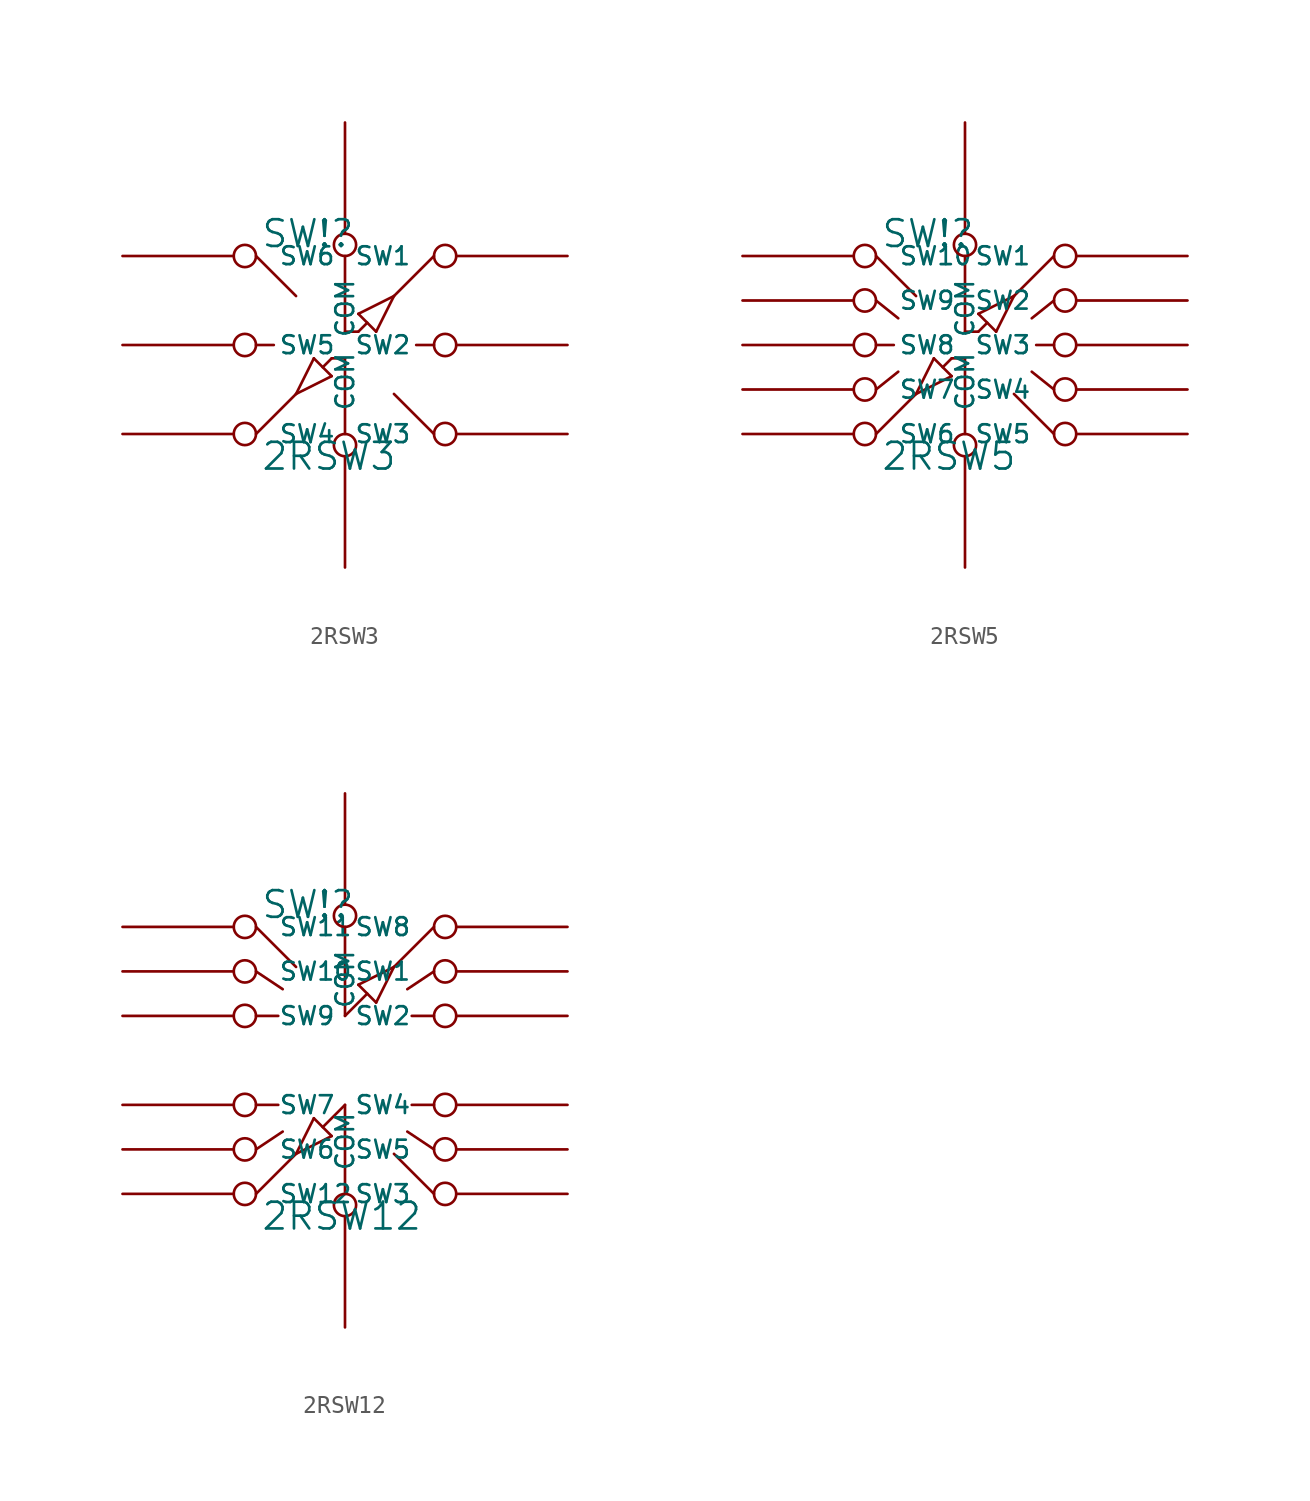
<source format=kicad_sym>
(kicad_symbol_lib
  (version 20231120)
  (generator "kicad_symbol_editor")
  (generator_version "8.0")
  (symbol "2RSW3"
    (pin_names
      (offset 1.27))
    (property "Reference" "SW!"
      (at 0.254 0.381 0)
      (effects (font (size 1.524 1.524)) (justify left bottom)))
    (property "Value" "2RSW3"
      (at 0.254 -10.541 0)
      (effects (font (size 1.524 1.524)) (justify left top)))
    (symbol "2RSW3_0_1"
      (polyline (pts (xy 0 -10.16) (xy 2.286 -7.874)) (stroke (width 0) (type solid)) (fill (type none)))
      (polyline (pts (xy 0 -5.08) (xy 1.016 -5.08)) (stroke (width 0) (type solid)) (fill (type none)))
      (polyline (pts (xy 0 0) (xy 2.286 -2.286)) (stroke (width 0) (type solid)) (fill (type none)))
      (polyline (pts (xy 2.286 -7.874) (xy 3.302 -5.842)) (stroke (width 0) (type solid)) (fill (type none)))
      (polyline (pts (xy 3.302 -5.842) (xy 4.318 -6.858)) (stroke (width 0) (type solid)) (fill (type none)))
      (polyline (pts (xy 4.318 -6.858) (xy 2.286 -7.874)) (stroke (width 0) (type solid)) (fill (type none)))
      (polyline (pts (xy 4.318 -5.842) (xy 3.81 -6.35)) (stroke (width 0) (type solid)) (fill (type none)))
      (polyline (pts (xy 5.08 -10.16) (xy 5.08 -5.842)) (stroke (width 0) (type solid)) (fill (type none)))
      (polyline (pts (xy 5.08 -5.842) (xy 4.318 -5.842)) (stroke (width 0) (type solid)) (fill (type none)))
      (polyline (pts (xy 5.08 -4.318) (xy 5.08 0)) (stroke (width 0) (type solid)) (fill (type none)))
      (polyline (pts (xy 5.842 -4.318) (xy 5.08 -4.318)) (stroke (width 0) (type solid)) (fill (type none)))
      (polyline (pts (xy 5.842 -3.302) (xy 6.858 -4.318)) (stroke (width 0) (type solid)) (fill (type none)))
      (polyline (pts (xy 6.35 -3.81) (xy 5.842 -4.318)) (stroke (width 0) (type solid)) (fill (type none)))
      (polyline (pts (xy 6.858 -4.318) (xy 7.874 -2.286)) (stroke (width 0) (type solid)) (fill (type none)))
      (polyline (pts (xy 7.874 -2.286) (xy 5.842 -3.302)) (stroke (width 0) (type solid)) (fill (type none)))
      (polyline (pts (xy 10.16 -10.16) (xy 7.874 -7.874)) (stroke (width 0) (type solid)) (fill (type none)))
      (polyline (pts (xy 10.16 -5.08) (xy 9.144 -5.08)) (stroke (width 0) (type solid)) (fill (type none)))
      (polyline (pts (xy 10.16 0) (xy 7.874 -2.286)) (stroke (width 0) (type solid)) (fill (type none))))
    (symbol "2RSW3_1_1"
      (pin passive inverted (at 5.08 -17.78 90) (length 7.62) (name "COM" (effects (font (size 1.016 1.016)))) (number "~" (effects (font (size 1.27 1.27)))))
      (pin passive inverted (at 5.08 7.62 270) (length 7.62) (name "COM" (effects (font (size 1.016 1.016)))) (number "~" (effects (font (size 1.27 1.27)))))
      (pin passive inverted (at 17.78 0 180) (length 7.62) (name "SW1" (effects (font (size 1.016 1.016)))) (number "~" (effects (font (size 1.27 1.27)))))
      (pin passive inverted (at 17.78 -5.08 180) (length 7.62) (name "SW2" (effects (font (size 1.016 1.016)))) (number "~" (effects (font (size 1.27 1.27)))))
      (pin passive inverted (at 17.78 -10.16 180) (length 7.62) (name "SW3" (effects (font (size 1.016 1.016)))) (number "~" (effects (font (size 1.27 1.27)))))
      (pin passive inverted (at -7.62 -10.16 0) (length 7.62) (name "SW4" (effects (font (size 1.016 1.016)))) (number "~" (effects (font (size 1.27 1.27)))))
      (pin passive inverted (at -7.62 -5.08 0) (length 7.62) (name "SW5" (effects (font (size 1.016 1.016)))) (number "~" (effects (font (size 1.27 1.27)))))
      (pin passive inverted (at -7.62 0 0) (length 7.62) (name "SW6" (effects (font (size 1.016 1.016)))) (number "~" (effects (font (size 1.27 1.27)))))))
  (symbol "2RSW5"
    (pin_names
      (offset 1.27))
    (property "Reference" "SW!"
      (at 0.254 0.381 0)
      (effects (font (size 1.524 1.524)) (justify left bottom)))
    (property "Value" "2RSW5"
      (at 0.254 -10.541 0)
      (effects (font (size 1.524 1.524)) (justify left top)))
    (symbol "2RSW5_0_1"
      (polyline (pts (xy 0 -10.16) (xy 2.286 -7.874)) (stroke (width 0) (type solid)) (fill (type none)))
      (polyline (pts (xy 0 -7.62) (xy 1.27 -6.604)) (stroke (width 0) (type solid)) (fill (type none)))
      (polyline (pts (xy 0 -5.08) (xy 1.016 -5.08)) (stroke (width 0) (type solid)) (fill (type none)))
      (polyline (pts (xy 0 -2.54) (xy 1.27 -3.556)) (stroke (width 0) (type solid)) (fill (type none)))
      (polyline (pts (xy 0 0) (xy 2.286 -2.286)) (stroke (width 0) (type solid)) (fill (type none)))
      (polyline (pts (xy 2.286 -7.874) (xy 3.302 -5.842)) (stroke (width 0) (type solid)) (fill (type none)))
      (polyline (pts (xy 3.302 -5.842) (xy 4.318 -6.858)) (stroke (width 0) (type solid)) (fill (type none)))
      (polyline (pts (xy 4.318 -6.858) (xy 2.286 -7.874)) (stroke (width 0) (type solid)) (fill (type none)))
      (polyline (pts (xy 4.318 -5.842) (xy 3.81 -6.35)) (stroke (width 0) (type solid)) (fill (type none)))
      (polyline (pts (xy 5.08 -10.16) (xy 5.08 -5.842)) (stroke (width 0) (type solid)) (fill (type none)))
      (polyline (pts (xy 5.08 -5.842) (xy 4.318 -5.842)) (stroke (width 0) (type solid)) (fill (type none)))
      (polyline (pts (xy 5.08 -4.318) (xy 5.842 -4.318)) (stroke (width 0) (type solid)) (fill (type none)))
      (polyline (pts (xy 5.08 0) (xy 5.08 -4.318)) (stroke (width 0) (type solid)) (fill (type none)))
      (polyline (pts (xy 5.842 -4.318) (xy 6.35 -3.81)) (stroke (width 0) (type solid)) (fill (type none)))
      (polyline (pts (xy 5.842 -3.302) (xy 6.858 -4.318)) (stroke (width 0) (type solid)) (fill (type none)))
      (polyline (pts (xy 6.858 -4.318) (xy 7.874 -2.286)) (stroke (width 0) (type solid)) (fill (type none)))
      (polyline (pts (xy 7.874 -2.286) (xy 5.842 -3.302)) (stroke (width 0) (type solid)) (fill (type none)))
      (polyline (pts (xy 10.16 -10.16) (xy 7.874 -7.874)) (stroke (width 0) (type solid)) (fill (type none)))
      (polyline (pts (xy 10.16 -7.62) (xy 8.89 -6.604)) (stroke (width 0) (type solid)) (fill (type none)))
      (polyline (pts (xy 10.16 -5.08) (xy 9.144 -5.08)) (stroke (width 0) (type solid)) (fill (type none)))
      (polyline (pts (xy 10.16 -2.54) (xy 8.89 -3.556)) (stroke (width 0) (type solid)) (fill (type none)))
      (polyline (pts (xy 10.16 0) (xy 7.874 -2.286)) (stroke (width 0) (type solid)) (fill (type none))))
    (symbol "2RSW5_1_1"
      (pin passive inverted (at 5.08 -17.78 90) (length 7.62) (name "COM" (effects (font (size 1.016 1.016)))) (number "~" (effects (font (size 1.27 1.27)))))
      (pin passive inverted (at 5.08 7.62 270) (length 7.62) (name "COM" (effects (font (size 1.016 1.016)))) (number "~" (effects (font (size 1.27 1.27)))))
      (pin passive inverted (at 17.78 0 180) (length 7.62) (name "SW1" (effects (font (size 1.016 1.016)))) (number "~" (effects (font (size 1.27 1.27)))))
      (pin passive inverted (at -7.62 0 0) (length 7.62) (name "SW10" (effects (font (size 1.016 1.016)))) (number "~" (effects (font (size 1.27 1.27)))))
      (pin passive inverted (at 17.78 -2.54 180) (length 7.62) (name "SW2" (effects (font (size 1.016 1.016)))) (number "~" (effects (font (size 1.27 1.27)))))
      (pin passive inverted (at 17.78 -5.08 180) (length 7.62) (name "SW3" (effects (font (size 1.016 1.016)))) (number "~" (effects (font (size 1.27 1.27)))))
      (pin passive inverted (at 17.78 -7.62 180) (length 7.62) (name "SW4" (effects (font (size 1.016 1.016)))) (number "~" (effects (font (size 1.27 1.27)))))
      (pin passive inverted (at 17.78 -10.16 180) (length 7.62) (name "SW5" (effects (font (size 1.016 1.016)))) (number "~" (effects (font (size 1.27 1.27)))))
      (pin passive inverted (at -7.62 -10.16 0) (length 7.62) (name "SW6" (effects (font (size 1.016 1.016)))) (number "~" (effects (font (size 1.27 1.27)))))
      (pin passive inverted (at -7.62 -7.62 0) (length 7.62) (name "SW7" (effects (font (size 1.016 1.016)))) (number "~" (effects (font (size 1.27 1.27)))))
      (pin passive inverted (at -7.62 -5.08 0) (length 7.62) (name "SW8" (effects (font (size 1.016 1.016)))) (number "~" (effects (font (size 1.27 1.27)))))
      (pin passive inverted (at -7.62 -2.54 0) (length 7.62) (name "SW9" (effects (font (size 1.016 1.016)))) (number "~" (effects (font (size 1.27 1.27)))))))
  (symbol "2RSW12"
    (pin_names
      (offset 1.27))
    (property "Reference" "SW!"
      (at 0.254 0.381 0)
      (effects (font (size 1.524 1.524)) (justify left bottom)))
    (property "Value" "2RSW12"
      (at 0.254 -15.621 0)
      (effects (font (size 1.524 1.524)) (justify left top)))
    (symbol "2RSW12_0_1"
      (polyline (pts (xy 0 -15.24) (xy 2.286 -12.954)) (stroke (width 0) (type solid)) (fill (type none)))
      (polyline (pts (xy 0 -12.7) (xy 1.524 -11.684)) (stroke (width 0) (type solid)) (fill (type none)))
      (polyline (pts (xy 0 -10.16) (xy 1.27 -10.16)) (stroke (width 0) (type solid)) (fill (type none)))
      (polyline (pts (xy 0 -5.08) (xy 1.27 -5.08)) (stroke (width 0) (type solid)) (fill (type none)))
      (polyline (pts (xy 0 -2.54) (xy 1.524 -3.556)) (stroke (width 0) (type solid)) (fill (type none)))
      (polyline (pts (xy 0 0) (xy 2.286 -2.286)) (stroke (width 0) (type solid)) (fill (type none)))
      (polyline (pts (xy 2.286 -12.954) (xy 3.302 -10.922)) (stroke (width 0) (type solid)) (fill (type none)))
      (polyline (pts (xy 3.302 -10.922) (xy 4.318 -11.938)) (stroke (width 0) (type solid)) (fill (type none)))
      (polyline (pts (xy 3.81 -11.43) (xy 5.08 -10.16)) (stroke (width 0) (type solid)) (fill (type none)))
      (polyline (pts (xy 4.318 -11.938) (xy 2.286 -12.954)) (stroke (width 0) (type solid)) (fill (type none)))
      (polyline (pts (xy 5.08 -15.24) (xy 5.08 -10.16)) (stroke (width 0) (type solid)) (fill (type none)))
      (polyline (pts (xy 5.08 0) (xy 5.08 -5.08)) (stroke (width 0) (type solid)) (fill (type none)))
      (polyline (pts (xy 5.842 -3.302) (xy 6.858 -4.318)) (stroke (width 0) (type solid)) (fill (type none)))
      (polyline (pts (xy 6.35 -3.81) (xy 5.08 -5.08)) (stroke (width 0) (type solid)) (fill (type none)))
      (polyline (pts (xy 6.858 -4.318) (xy 7.874 -2.286)) (stroke (width 0) (type solid)) (fill (type none)))
      (polyline (pts (xy 7.874 -2.286) (xy 5.842 -3.302)) (stroke (width 0) (type solid)) (fill (type none)))
      (polyline (pts (xy 10.16 -15.24) (xy 7.874 -12.954)) (stroke (width 0) (type solid)) (fill (type none)))
      (polyline (pts (xy 10.16 -12.7) (xy 8.636 -11.684)) (stroke (width 0) (type solid)) (fill (type none)))
      (polyline (pts (xy 10.16 -10.16) (xy 8.89 -10.16)) (stroke (width 0) (type solid)) (fill (type none)))
      (polyline (pts (xy 10.16 -5.08) (xy 8.89 -5.08)) (stroke (width 0) (type solid)) (fill (type none)))
      (polyline (pts (xy 10.16 -2.54) (xy 8.636 -3.556)) (stroke (width 0) (type solid)) (fill (type none)))
      (polyline (pts (xy 10.16 0) (xy 7.874 -2.286)) (stroke (width 0) (type solid)) (fill (type none))))
    (symbol "2RSW12_1_1"
      (pin passive inverted (at 5.08 -22.86 90) (length 7.62) (name "COM" (effects (font (size 1.016 1.016)))) (number "~" (effects (font (size 1.27 1.27)))))
      (pin passive inverted (at 5.08 7.62 270) (length 7.62) (name "COM" (effects (font (size 1.016 1.016)))) (number "~" (effects (font (size 1.27 1.27)))))
      (pin passive inverted (at 17.78 -2.54 180) (length 7.62) (name "SW1" (effects (font (size 1.016 1.016)))) (number "~" (effects (font (size 1.27 1.27)))))
      (pin passive inverted (at -7.62 -2.54 0) (length 7.62) (name "SW10" (effects (font (size 1.016 1.016)))) (number "~" (effects (font (size 1.27 1.27)))))
      (pin passive inverted (at -7.62 0 0) (length 7.62) (name "SW11" (effects (font (size 1.016 1.016)))) (number "~" (effects (font (size 1.27 1.27)))))
      (pin passive inverted (at -7.62 -15.24 0) (length 7.62) (name "SW12" (effects (font (size 1.016 1.016)))) (number "~" (effects (font (size 1.27 1.27)))))
      (pin passive inverted (at 17.78 -5.08 180) (length 7.62) (name "SW2" (effects (font (size 1.016 1.016)))) (number "~" (effects (font (size 1.27 1.27)))))
      (pin passive inverted (at 17.78 -15.24 180) (length 7.62) (name "SW3" (effects (font (size 1.016 1.016)))) (number "~" (effects (font (size 1.27 1.27)))))
      (pin passive inverted (at 17.78 -10.16 180) (length 7.62) (name "SW4" (effects (font (size 1.016 1.016)))) (number "~" (effects (font (size 1.27 1.27)))))
      (pin passive inverted (at 17.78 -12.7 180) (length 7.62) (name "SW5" (effects (font (size 1.016 1.016)))) (number "~" (effects (font (size 1.27 1.27)))))
      (pin passive inverted (at -7.62 -12.7 0) (length 7.62) (name "SW6" (effects (font (size 1.016 1.016)))) (number "~" (effects (font (size 1.27 1.27)))))
      (pin passive inverted (at -7.62 -10.16 0) (length 7.62) (name "SW7" (effects (font (size 1.016 1.016)))) (number "~" (effects (font (size 1.27 1.27)))))
      (pin passive inverted (at 17.78 0 180) (length 7.62) (name "SW8" (effects (font (size 1.016 1.016)))) (number "~" (effects (font (size 1.27 1.27)))))
      (pin passive inverted (at -7.62 -5.08 0) (length 7.62) (name "SW9" (effects (font (size 1.016 1.016)))) (number "~" (effects (font (size 1.27 1.27))))))))
</source>
